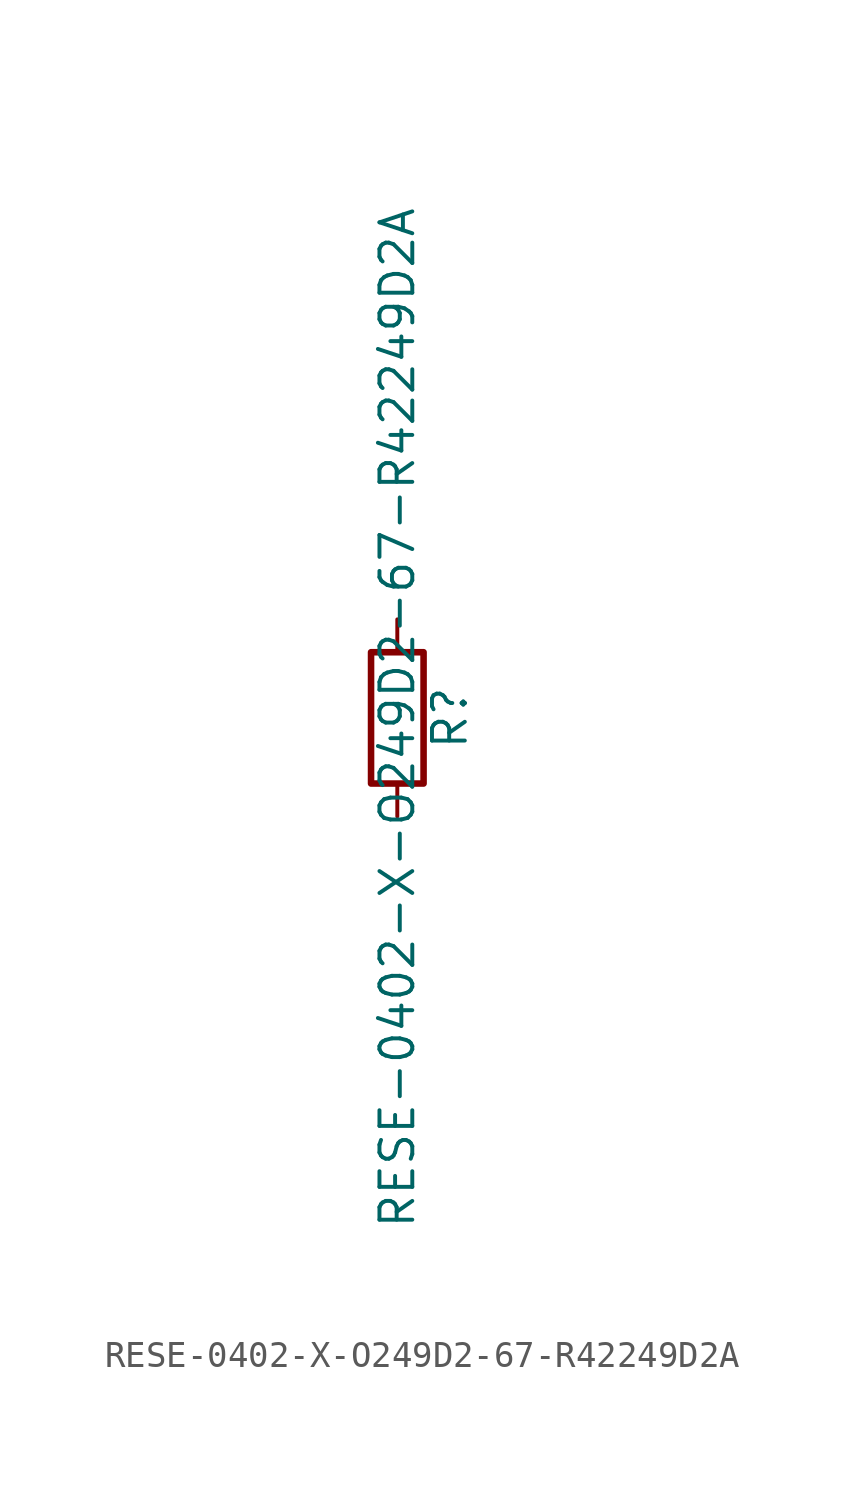
<source format=kicad_sym>
(kicad_symbol_lib
  (version 20211014)
  (generator kicad_symbol_editor)
  (symbol "RESE-0402-X-O249D2-67-R42249D2A"
    (pin_numbers hide)
    (pin_names
      (offset 0))
    (property "Reference" "R"
      (at 2.032 0 90)
      (effects (font (size 1.27 1.27))))
    (property "Value" "RESE-0402-X-O249D2-67-R42249D2A"
      (at 0 0 90)
      (effects (font (size 1.27 1.27))))
    (symbol "RESE-0402-X-O249D2-67-R42249D2A_0_1"
      (rectangle (start -1.016 -2.54) (end 1.016 2.54) (stroke (width 0.254) (type default) (color 0 0 0 0)) (fill (type none))))
    (symbol "RESE-0402-X-O249D2-67-R42249D2A_1_1"
      (pin passive line (at 0 3.81 270) (length 1.27) (name "~" (effects (font (size 1.27 1.27)))) (number "1" (effects (font (size 1.27 1.27)))))
      (pin passive line (at 0 -3.81 90) (length 1.27) (name "~" (effects (font (size 1.27 1.27)))) (number "2" (effects (font (size 1.27 1.27))))))))
</source>
